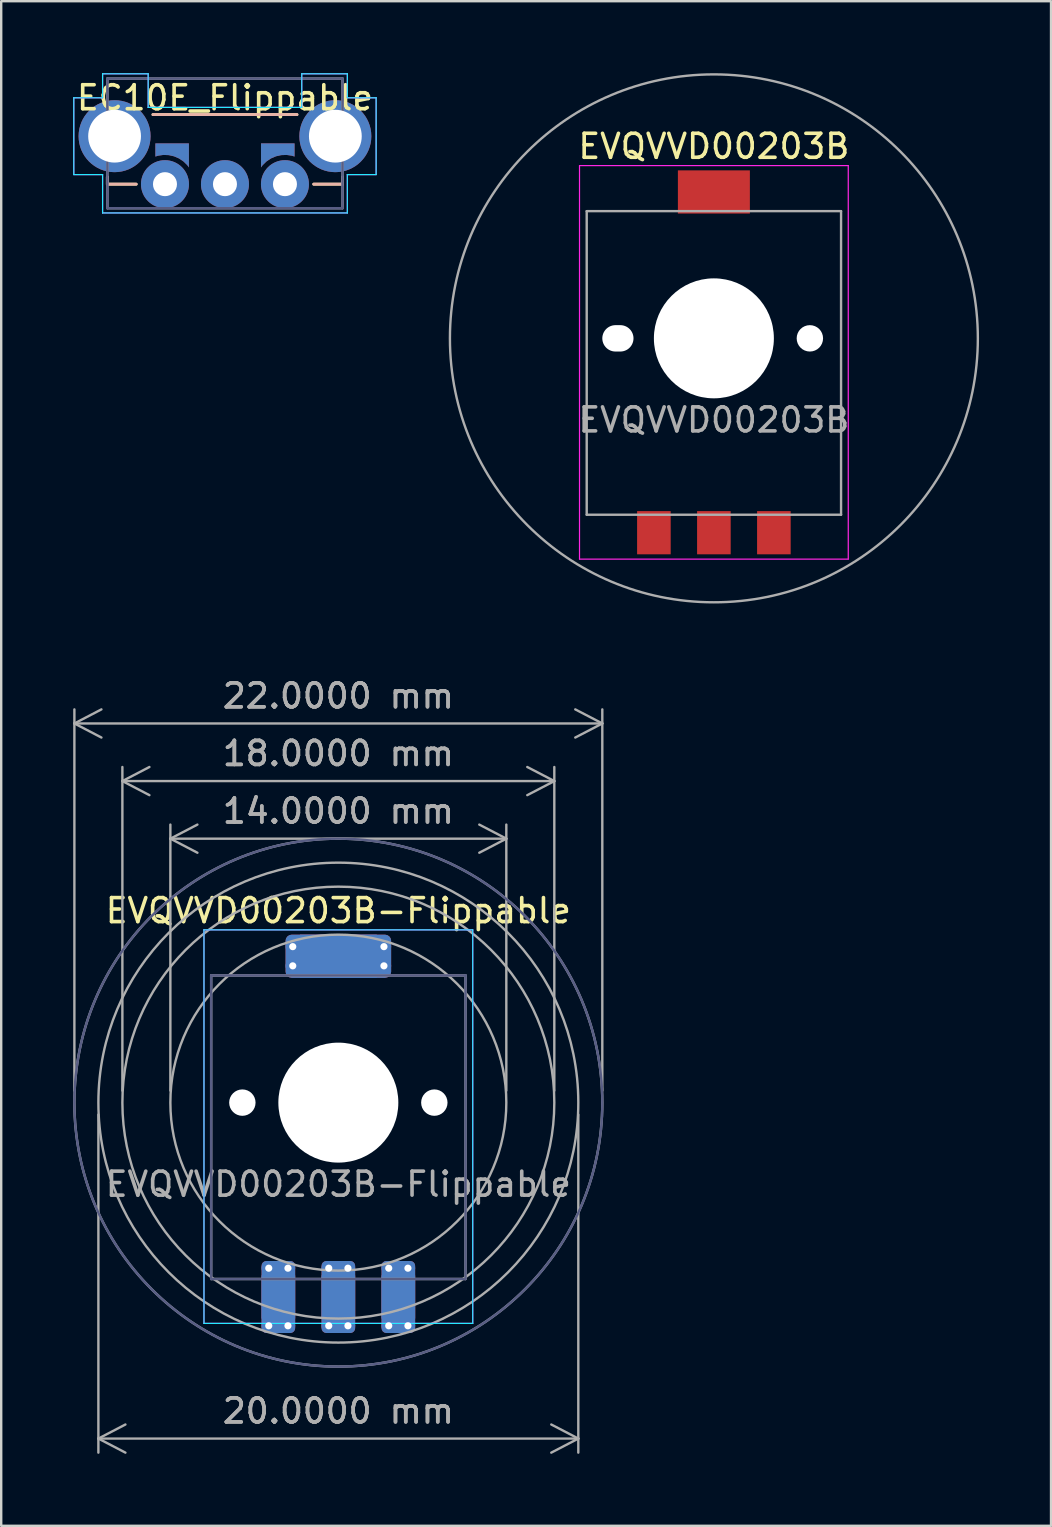
<source format=kicad_pcb>
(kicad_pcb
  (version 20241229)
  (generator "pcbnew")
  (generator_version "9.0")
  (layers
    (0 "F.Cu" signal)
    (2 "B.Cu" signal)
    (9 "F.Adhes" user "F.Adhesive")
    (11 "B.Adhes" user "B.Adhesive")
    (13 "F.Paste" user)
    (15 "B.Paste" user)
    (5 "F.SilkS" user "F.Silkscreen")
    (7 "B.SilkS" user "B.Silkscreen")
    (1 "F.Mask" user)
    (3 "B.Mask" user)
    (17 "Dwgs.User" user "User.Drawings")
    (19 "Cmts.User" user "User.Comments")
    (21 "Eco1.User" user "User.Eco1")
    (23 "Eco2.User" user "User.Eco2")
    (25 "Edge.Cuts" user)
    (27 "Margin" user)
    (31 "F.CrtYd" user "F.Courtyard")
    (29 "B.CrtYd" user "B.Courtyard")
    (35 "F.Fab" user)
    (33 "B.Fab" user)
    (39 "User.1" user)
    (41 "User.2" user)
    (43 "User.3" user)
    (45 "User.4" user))
  (footprint "EVQVVD00203B-Flippable"
    (layer "F.Cu")
    (at 11.05 42.9)
    (property "Reference" "EVQVVD00203B-Flippable" (at 0 -8 0) (layer "F.SilkS") (effects (font (size 1 1) (thickness 0.15))))
    (attr smd)
    (fp_line (start -5.6 -7.2) (end -5.6 9.2) (stroke (width 0.05) (type solid)) (layer "B.CrtYd"))
    (fp_line (start -5.6 -7.2) (end 5.6 -7.2) (stroke (width 0.05) (type solid)) (layer "B.CrtYd"))
    (fp_line (start -5.6 9.2) (end 5.6 9.2) (stroke (width 0.05) (type solid)) (layer "B.CrtYd"))
    (fp_line (start 5.6 -7.2) (end 5.6 9.2) (stroke (width 0.05) (type solid)) (layer "B.CrtYd"))
    (fp_line (start -5.6 -7.2) (end -5.6 9.2) (stroke (width 0.05) (type solid)) (layer "F.CrtYd"))
    (fp_line (start 5.6 -7.2) (end -5.6 -7.2) (stroke (width 0.05) (type solid)) (layer "F.CrtYd"))
    (fp_line (start 5.6 -7.2) (end 5.6 9.2) (stroke (width 0.05) (type solid)) (layer "F.CrtYd"))
    (fp_line (start 5.6 9.2) (end -5.6 9.2) (stroke (width 0.05) (type solid)) (layer "F.CrtYd"))
    (fp_line (start -5.3 -5.3) (end -5.3 7.35) (stroke (width 0.1) (type default)) (layer "B.Fab"))
    (fp_line (start -5.3 -5.3) (end 5.3 -5.3) (stroke (width 0.1) (type default)) (layer "B.Fab"))
    (fp_line (start -5.3 7.35) (end 5.3 7.35) (stroke (width 0.1) (type default)) (layer "B.Fab"))
    (fp_line (start -1.5 0) (end -1.5 1.3) (stroke (width 0.1) (type default)) (layer "B.Fab"))
    (fp_line (start -1.5 1.315) (end -1.5 -1.315) (stroke (width 0.1) (type default)) (layer "B.Fab"))
    (fp_line (start 1.5 1.315) (end 1.5 -1.315) (stroke (width 0.1) (type default)) (layer "B.Fab"))
    (fp_line (start 5.3 -5.3) (end 5.3 7.35) (stroke (width 0.1) (type default)) (layer "B.Fab"))
    (fp_arc (start -1.5 -1.315057) (mid 0 -2) (end 1.5 -1.315057) (stroke (width 0.1) (type default)) (layer "B.Fab"))
    (fp_arc (start 1.5 1.315057) (mid 0 2) (end -1.5 1.315057) (stroke (width 0.1) (type default)) (layer "B.Fab"))
    (fp_circle (center 0 0) (end 0 -11) (stroke (width 0.1) (type default)) (fill no) (layer "B.Fab"))
    (fp_line (start -5.3 -5.3) (end -5.3 7.35) (stroke (width 0.1) (type default)) (layer "F.Fab"))
    (fp_line (start -1.5 1.315) (end -1.5 -1.315) (stroke (width 0.1) (type default)) (layer "F.Fab"))
    (fp_line (start 1.5 0) (end 1.5 1.3) (stroke (width 0.1) (type default)) (layer "F.Fab"))
    (fp_line (start 1.5 1.315) (end 1.5 -1.315) (stroke (width 0.1) (type default)) (layer "F.Fab"))
    (fp_line (start 5.3 -5.3) (end -5.3 -5.3) (stroke (width 0.1) (type default)) (layer "F.Fab"))
    (fp_line (start 5.3 -5.3) (end 5.3 7.35) (stroke (width 0.1) (type default)) (layer "F.Fab"))
    (fp_line (start 5.3 7.35) (end -5.3 7.35) (stroke (width 0.1) (type default)) (layer "F.Fab"))
    (fp_arc (start -1.5 -1.315057) (mid 0 -2) (end 1.5 -1.315057) (stroke (width 0.1) (type default)) (layer "F.Fab"))
    (fp_arc (start 1.5 1.315057) (mid 0 2) (end -1.5 1.315057) (stroke (width 0.1) (type default)) (layer "F.Fab"))
    (fp_circle (center 0 0) (end -9 0) (stroke (width 0.1) (type default)) (fill no) (layer "F.Fab"))
    (fp_circle (center 0 0) (end -7 0) (stroke (width 0.1) (type default)) (fill no) (layer "F.Fab"))
    (fp_circle (center 0 0) (end 0 -11) (stroke (width 0.1) (type default)) (fill no) (layer "F.Fab"))
    (fp_circle (center 0 0) (end 0 -10) (stroke (width 0.1) (type default)) (fill no) (layer "F.Fab"))
    (fp_text user "${REFERENCE}" (at 0 3.4 0) (layer "F.Fab") (effects (font (size 1 1) (thickness 0.15))))
    (dimension (type aligned) (layer "F.Fab") (pts (xy 2.05 42.9) (xy 20.05 42.9)) (height -13.4) (format (prefix "") (suffix "") (units 3) (units_format 1) (precision 4)) (style (thickness 0.1) (arrow_length 1.27) (text_position_mode 0) (arrow_direction outward) (extension_height 0.586) (extension_offset 0.5) (keep_text_aligned yes)) (gr_text "18.0000 mm" (at 11.05 28.35 0) (layer "F.Fab") (effects (font (size 1 1) (thickness 0.15)))))
    (dimension (type aligned) (layer "F.Fab") (pts (xy 21.05 42.9) (xy 1.05 42.9)) (height -14) (format (prefix "") (suffix "") (units 3) (units_format 1) (precision 4)) (style (thickness 0.1) (arrow_length 1.27) (text_position_mode 0) (arrow_direction outward) (extension_height 0.586) (extension_offset 0.5) (keep_text_aligned yes)) (gr_text "20.0000 mm" (at 11.05 55.75 0) (layer "F.Fab") (effects (font (size 1 1) (thickness 0.15)))))
    (dimension (type aligned) (layer "F.Fab") (pts (xy 0.05 42.9) (xy 22.05 42.9)) (height -15.801) (format (prefix "") (suffix "") (units 3) (units_format 1) (precision 4)) (style (thickness 0.1) (arrow_length 1.27) (text_position_mode 0) (arrow_direction outward) (extension_height 0.586) (extension_offset 0.5) (keep_text_aligned yes)) (gr_text "22.0000 mm" (at 11.05 25.948 0) (layer "F.Fab") (effects (font (size 1 1) (thickness 0.15)))))
    (dimension (type aligned) (layer "F.Fab") (pts (xy 4.05 42.9) (xy 18.05 42.9)) (height -11) (format (prefix "") (suffix "") (units 3) (units_format 1) (precision 4)) (style (thickness 0.1) (arrow_length 1.27) (text_position_mode 0) (arrow_direction outward) (extension_height 0.586) (extension_offset 0.5) (keep_text_aligned yes)) (gr_text "14.0000 mm" (at 11.05 30.75 0) (layer "F.Fab") (effects (font (size 1 1) (thickness 0.15)))))
    (pad "" np_thru_hole circle (at -4 0) (size 1.1 1.1) (drill 1.1) (layers "*.Cu" "*.Mask"))
    (pad "" np_thru_hole circle (at 0 0) (size 5 5) (drill 5) (layers "*.Cu" "*.Mask"))
    (pad "" np_thru_hole circle (at 4 0) (size 1.1 1.1) (drill 1.1) (layers "*.Cu" "*.Mask"))
    (pad "A" thru_hole circle (at -2.9 6.9 90) (size 0.6 0.6) (drill 0.3) (layers "*.Cu"))
    (pad "A" thru_hole circle (at -2.9 9.3 90) (size 0.6 0.6) (drill 0.3) (layers "*.Cu"))
    (pad "A" smd rect (at -2.5 8.1) (size 1.4 1.8) (layers "F.Cu" "F.Mask"))
    (pad "A" smd rect (at -2.5 8.1) (size 1.4 1.8) (layers "B.Cu" "B.Mask"))
    (pad "A" smd roundrect (at -2.5 8.1) (size 1.4 3) (layers "F.Cu") (roundrect_rratio 0.143))
    (pad "A" smd roundrect (at -2.5 8.1) (size 1.4 3) (layers "B.Cu") (roundrect_rratio 0.143))
    (pad "A" thru_hole circle (at -2.1 6.9 90) (size 0.6 0.6) (drill 0.3) (layers "*.Cu"))
    (pad "A" thru_hole circle (at -2.1 9.3 90) (size 0.6 0.6) (drill 0.3) (layers "*.Cu"))
    (pad "B" thru_hole circle (at 2.1 6.9 90) (size 0.6 0.6) (drill 0.3) (layers "*.Cu"))
    (pad "B" thru_hole circle (at 2.1 9.3 90) (size 0.6 0.6) (drill 0.3) (layers "*.Cu"))
    (pad "B" smd rect (at 2.5 8.1) (size 1.4 1.8) (layers "F.Cu" "F.Mask"))
    (pad "B" smd rect (at 2.5 8.1) (size 1.4 1.8) (layers "B.Cu" "B.Mask"))
    (pad "B" smd roundrect (at 2.5 8.1) (size 1.4 3) (layers "F.Cu") (roundrect_rratio 0.143))
    (pad "B" smd roundrect (at 2.5 8.1) (size 1.4 3) (layers "B.Cu") (roundrect_rratio 0.143))
    (pad "B" thru_hole circle (at 2.9 6.9 90) (size 0.6 0.6) (drill 0.3) (layers "*.Cu"))
    (pad "B" thru_hole circle (at 2.9 9.3 90) (size 0.6 0.6) (drill 0.3) (layers "*.Cu"))
    (pad "C" thru_hole circle (at -1.9 -6.5 180) (size 0.6 0.6) (drill 0.3) (layers "*.Cu"))
    (pad "C" thru_hole circle (at -1.9 -5.7 180) (size 0.6 0.6) (drill 0.3) (layers "*.Cu"))
    (pad "C" thru_hole circle (at -0.4 6.9 90) (size 0.6 0.6) (drill 0.3) (layers "*.Cu"))
    (pad "C" thru_hole circle (at -0.4 9.3 90) (size 0.6 0.6) (drill 0.3) (layers "*.Cu"))
    (pad "C" smd rect (at 0 -6.1 90) (size 1.8 3.2) (layers "F.Cu" "F.Mask"))
    (pad "C" smd rect (at 0 -6.1 270) (size 1.8 3.2) (layers "B.Cu" "B.Mask"))
    (pad "C" smd roundrect (at 0 -6.1 270) (size 1.8 4.4) (layers "F.Cu") (roundrect_rratio 0.143))
    (pad "C" smd roundrect (at 0 -6.1 90) (size 1.8 4.4) (layers "B.Cu") (roundrect_rratio 0.143))
    (pad "C" smd rect (at 0 8.1) (size 1.4 1.8) (layers "F.Cu" "F.Mask"))
    (pad "C" smd rect (at 0 8.1) (size 1.4 1.8) (layers "B.Cu" "B.Mask"))
    (pad "C" smd roundrect (at 0 8.1) (size 1.4 3) (layers "F.Cu") (roundrect_rratio 0.143))
    (pad "C" smd roundrect (at 0 8.1) (size 1.4 3) (layers "B.Cu") (roundrect_rratio 0.143))
    (pad "C" thru_hole circle (at 0.4 6.9 90) (size 0.6 0.6) (drill 0.3) (layers "*.Cu"))
    (pad "C" thru_hole circle (at 0.4 9.3 90) (size 0.6 0.6) (drill 0.3) (layers "*.Cu"))
    (pad "C" thru_hole circle (at 1.9 -6.5 180) (size 0.6 0.6) (drill 0.3) (layers "*.Cu"))
    (pad "C" thru_hole circle (at 1.9 -5.7 180) (size 0.6 0.6) (drill 0.3) (layers "*.Cu")))
  (footprint "EVQVVD00203B"
    (layer "F.Cu")
    (at 26.7 11.05)
    (property "Reference" "EVQVVD00203B" (at 0 -8 0) (layer "F.SilkS") (effects (font (size 1 1) (thickness 0.15))))
    (attr through_hole)
    (fp_line (start -5.6 -7.2) (end -5.6 9.2) (stroke (width 0.05) (type solid)) (layer "F.CrtYd"))
    (fp_line (start 5.6 -7.2) (end -5.6 -7.2) (stroke (width 0.05) (type solid)) (layer "F.CrtYd"))
    (fp_line (start 5.6 -7.2) (end 5.6 9.2) (stroke (width 0.05) (type solid)) (layer "F.CrtYd"))
    (fp_line (start 5.6 9.2) (end -5.6 9.2) (stroke (width 0.05) (type solid)) (layer "F.CrtYd"))
    (fp_line (start -5.3 -5.3) (end -5.3 7.35) (stroke (width 0.1) (type default)) (layer "F.Fab"))
    (fp_line (start -1.5 1.315) (end -1.5 -1.315) (stroke (width 0.1) (type default)) (layer "F.Fab"))
    (fp_line (start 1.5 0) (end 1.5 1.3) (stroke (width 0.1) (type default)) (layer "F.Fab"))
    (fp_line (start 1.5 1.315) (end 1.5 -1.315) (stroke (width 0.1) (type default)) (layer "F.Fab"))
    (fp_line (start 5.3 -5.3) (end -5.3 -5.3) (stroke (width 0.1) (type default)) (layer "F.Fab"))
    (fp_line (start 5.3 -5.3) (end 5.3 7.35) (stroke (width 0.1) (type default)) (layer "F.Fab"))
    (fp_line (start 5.3 7.35) (end -5.3 7.35) (stroke (width 0.1) (type default)) (layer "F.Fab"))
    (fp_arc (start -1.5 -1.315057) (mid 0 -2) (end 1.5 -1.315057) (stroke (width 0.1) (type default)) (layer "F.Fab"))
    (fp_arc (start 1.5 1.315057) (mid 0 2) (end -1.5 1.315057) (stroke (width 0.1) (type default)) (layer "F.Fab"))
    (fp_circle (center 0 0) (end 0 -11) (stroke (width 0.1) (type default)) (fill no) (layer "F.Fab"))
    (fp_text user "${REFERENCE}" (at 0 3.4 0) (layer "F.Fab") (effects (font (size 1 1) (thickness 0.15))))
    (pad "" np_thru_hole oval (at -4 0) (size 1.3 1.1) (drill oval 1.3 1.1) (layers "*.Cu" "*.Mask"))
    (pad "" np_thru_hole circle (at 0 0) (size 5 5) (drill 5) (layers "*.Cu" "*.Mask"))
    (pad "" np_thru_hole circle (at 4 0) (size 1.1 1.1) (drill 1.1) (layers "*.Cu" "*.Mask"))
    (pad "A" smd rect (at -2.5 8.1) (size 1.4 1.8) (layers "F.Cu" "F.Mask" "F.Paste"))
    (pad "B" smd rect (at 2.5 8.1) (size 1.4 1.8) (layers "F.Cu" "F.Mask" "F.Paste"))
    (pad "C" smd rect (at 0 -6.1 90) (size 1.8 3) (layers "F.Cu" "F.Mask" "F.Paste"))
    (pad "C" smd rect (at 0 8.1) (size 1.4 1.8) (layers "F.Cu" "F.Mask" "F.Paste")))
  (footprint "EC10E_Flippable"
    (layer "F.Cu")
    (at 6.325 4.625)
    (property "Reference" "EC10E_Flippable" (at 0 -3.6 0) (layer "F.SilkS") (effects (font (size 1 1) (thickness 0.15))))
    (fp_line (start -4.9 0) (end -4.9 -0.3) (stroke (width 0.12) (type solid)) (layer "F.SilkS"))
    (fp_line (start -3.7 0) (end -4.9 0) (stroke (width 0.12) (type solid)) (layer "F.SilkS"))
    (fp_line (start -3 -2.9) (end 3 -2.9) (stroke (width 0.12) (type solid)) (layer "F.SilkS"))
    (fp_line (start 4.9 -0.3) (end 4.9 0) (stroke (width 0.12) (type solid)) (layer "F.SilkS"))
    (fp_line (start 4.9 0) (end 3.7 0) (stroke (width 0.12) (type solid)) (layer "F.SilkS"))
    (fp_line (start -4.9 -0.3) (end -4.9 0) (stroke (width 0.12) (type solid)) (layer "B.SilkS"))
    (fp_line (start -4.9 0) (end -3.7 0) (stroke (width 0.12) (type solid)) (layer "B.SilkS"))
    (fp_line (start 3 -2.9) (end -3 -2.9) (stroke (width 0.12) (type solid)) (layer "B.SilkS"))
    (fp_line (start 3.7 0) (end 4.9 0) (stroke (width 0.12) (type solid)) (layer "B.SilkS"))
    (fp_line (start 4.9 0) (end 4.9 -0.3) (stroke (width 0.12) (type solid)) (layer "B.SilkS"))
    (fp_line (start -6.3 -3.6) (end -6.3 -0.4) (stroke (width 0.05) (type default)) (layer "B.CrtYd"))
    (fp_line (start -6.3 -0.4) (end -5.1 -0.4) (stroke (width 0.05) (type default)) (layer "B.CrtYd"))
    (fp_line (start -5.1 -4.6) (end -5.1 -3.6) (stroke (width 0.05) (type default)) (layer "B.CrtYd"))
    (fp_line (start -5.1 -3.6) (end -6.3 -3.6) (stroke (width 0.05) (type default)) (layer "B.CrtYd"))
    (fp_line (start -5.1 -0.4) (end -5.1 1.2) (stroke (width 0.05) (type default)) (layer "B.CrtYd"))
    (fp_line (start -5.1 1.2) (end 5.1 1.2) (stroke (width 0.05) (type solid)) (layer "B.CrtYd"))
    (fp_line (start -3.2 -4.6) (end -5.1 -4.6) (stroke (width 0.05) (type solid)) (layer "B.CrtYd"))
    (fp_line (start -3.2 -3.2) (end -3.2 -4.6) (stroke (width 0.05) (type default)) (layer "B.CrtYd"))
    (fp_line (start -3.2 -3.2) (end 3.2 -3.2) (stroke (width 0.05) (type default)) (layer "B.CrtYd"))
    (fp_line (start 3.2 -3.2) (end 3.2 -4.6) (stroke (width 0.05) (type default)) (layer "B.CrtYd"))
    (fp_line (start 5.1 -4.6) (end 3.2 -4.6) (stroke (width 0.05) (type solid)) (layer "B.CrtYd"))
    (fp_line (start 5.1 -4.6) (end 5.1 -3.6) (stroke (width 0.05) (type default)) (layer "B.CrtYd"))
    (fp_line (start 5.1 -0.4) (end 5.1 1.2) (stroke (width 0.05) (type default)) (layer "B.CrtYd"))
    (fp_line (start 5.1 -0.4) (end 6.3 -0.4) (stroke (width 0.05) (type default)) (layer "B.CrtYd"))
    (fp_line (start 6.3 -3.6) (end 5.1 -3.6) (stroke (width 0.05) (type default)) (layer "B.CrtYd"))
    (fp_line (start 6.3 -3.6) (end 6.3 -0.4) (stroke (width 0.05) (type default)) (layer "B.CrtYd"))
    (fp_line (start -6.3 -3.6) (end -6.3 -0.4) (stroke (width 0.05) (type default)) (layer "F.CrtYd"))
    (fp_line (start -6.3 -3.6) (end -5.1 -3.6) (stroke (width 0.05) (type default)) (layer "F.CrtYd"))
    (fp_line (start -5.1 -4.6) (end -5.1 -3.6) (stroke (width 0.05) (type default)) (layer "F.CrtYd"))
    (fp_line (start -5.1 -4.6) (end -3.2 -4.6) (stroke (width 0.05) (type solid)) (layer "F.CrtYd"))
    (fp_line (start -5.1 -0.4) (end -6.3 -0.4) (stroke (width 0.05) (type default)) (layer "F.CrtYd"))
    (fp_line (start -5.1 -0.4) (end -5.1 1.2) (stroke (width 0.05) (type default)) (layer "F.CrtYd"))
    (fp_line (start -3.2 -3.2) (end -3.2 -4.6) (stroke (width 0.05) (type default)) (layer "F.CrtYd"))
    (fp_line (start 3.2 -4.6) (end 5.1 -4.6) (stroke (width 0.05) (type solid)) (layer "F.CrtYd"))
    (fp_line (start 3.2 -3.2) (end -3.2 -3.2) (stroke (width 0.05) (type default)) (layer "F.CrtYd"))
    (fp_line (start 3.2 -3.2) (end 3.2 -4.6) (stroke (width 0.05) (type default)) (layer "F.CrtYd"))
    (fp_line (start 5.1 -4.6) (end 5.1 -3.6) (stroke (width 0.05) (type default)) (layer "F.CrtYd"))
    (fp_line (start 5.1 -3.6) (end 6.3 -3.6) (stroke (width 0.05) (type default)) (layer "F.CrtYd"))
    (fp_line (start 5.1 -0.4) (end 5.1 1.2) (stroke (width 0.05) (type default)) (layer "F.CrtYd"))
    (fp_line (start 5.1 1.2) (end -5.1 1.2) (stroke (width 0.05) (type solid)) (layer "F.CrtYd"))
    (fp_line (start 6.3 -3.6) (end 6.3 -0.4) (stroke (width 0.05) (type default)) (layer "F.CrtYd"))
    (fp_line (start 6.3 -0.4) (end 5.1 -0.4) (stroke (width 0.05) (type default)) (layer "F.CrtYd"))
    (fp_line (start -4.9 -4.4) (end 4.9 -4.4) (stroke (width 0.1) (type solid)) (layer "B.Fab"))
    (fp_line (start -4.9 1) (end -4.9 -4.4) (stroke (width 0.1) (type solid)) (layer "B.Fab"))
    (fp_line (start 4.9 -4.4) (end 4.9 1) (stroke (width 0.1) (type solid)) (layer "B.Fab"))
    (fp_line (start 4.9 1) (end -4.9 1) (stroke (width 0.1) (type solid)) (layer "B.Fab"))
    (fp_line (start -4.9 -4.4) (end -4.9 1) (stroke (width 0.1) (type solid)) (layer "F.Fab"))
    (fp_line (start -4.9 1) (end 4.9 1) (stroke (width 0.1) (type solid)) (layer "F.Fab"))
    (fp_line (start 4.9 -4.4) (end -4.9 -4.4) (stroke (width 0.1) (type solid)) (layer "F.Fab"))
    (fp_line (start 4.9 1) (end 4.9 -4.4) (stroke (width 0.1) (type solid)) (layer "F.Fab"))
    (pad "" thru_hole circle (at -2.5 0) (size 2 2) (drill 1) (layers "*.Cu" "*.Mask"))
    (pad "" thru_hole circle (at 2.5 0) (size 2 2) (drill 1) (layers "*.Cu" "*.Mask"))
    (pad "A" smd custom (at -2.5 -1.4) (size 0.1 0.1) (layers "B.Cu" "B.Mask") (options (anchor rect)) (primitives (gr_poly (pts (xy 0.997 0.202) (xy 0.931 0.611) (xy 0.77 0.453) (xy 0.583 0.328) (xy 0.375 0.239) (xy 0.155 0.19) (xy -0.07 0.182) (xy -0.293 0.215) (xy -0.4 0.25) (xy -0.4 -0.3) (xy 0.997 -0.3) (xy 0.997 0.702) (xy 0.931 0.611) (xy 0.77 0.453) (xy 0.583 0.328) (xy 0.375 0.239) (xy 0.155 0.19) (xy -0.07 0.182) (xy -0.293 0.215) (xy -0.4 -0.25)) (width 0) (fill yes))))
    (pad "A" smd custom (at 2.5 -1.4) (size 0.1 0.1) (layers "F.Cu" "F.Mask") (options (anchor rect)) (primitives (gr_poly (pts (xy -0.997 0.202) (xy -0.931 0.611) (xy -0.77 0.453) (xy -0.583 0.328) (xy -0.375 0.239) (xy -0.155 0.19) (xy 0.07 0.182) (xy 0.293 0.215) (xy 0.4 0.25) (xy 0.4 -0.3) (xy -0.997 -0.3) (xy -0.997 0.702) (xy -0.931 0.611) (xy -0.77 0.453) (xy -0.583 0.328) (xy -0.375 0.239) (xy -0.155 0.19) (xy 0.07 0.182) (xy 0.293 0.215) (xy 0.4 -0.25)) (width 0) (fill yes))))
    (pad "B" thru_hole circle (at 0 0) (size 2 2) (drill 1) (layers "*.Cu" "*.Mask"))
    (pad "C" smd custom (at -2.5 -1.4) (size 0.1 0.1) (layers "F.Cu" "F.Mask") (options (anchor rect)) (primitives (gr_poly (pts (xy 0.997 0.202) (xy 0.931 0.611) (xy 0.77 0.453) (xy 0.583 0.328) (xy 0.375 0.239) (xy 0.155 0.19) (xy -0.07 0.182) (xy -0.293 0.215) (xy -0.4 0.25) (xy -0.4 -0.3) (xy 0.997 -0.3) (xy 0.997 0.702) (xy 0.931 0.611) (xy 0.77 0.453) (xy 0.583 0.328) (xy 0.375 0.239) (xy 0.155 0.19) (xy -0.07 0.182) (xy -0.293 0.215) (xy -0.4 -0.25)) (width 0) (fill yes))))
    (pad "C" smd custom (at 2.5 -1.4) (size 0.1 0.1) (layers "B.Cu" "B.Mask") (options (anchor rect)) (primitives (gr_poly (pts (xy -0.997 0.202) (xy -0.931 0.611) (xy -0.77 0.453) (xy -0.583 0.328) (xy -0.375 0.239) (xy -0.155 0.19) (xy 0.07 0.182) (xy 0.293 0.215) (xy 0.4 0.25) (xy 0.4 -0.3) (xy -0.997 -0.3) (xy -0.997 0.702) (xy -0.931 0.611) (xy -0.77 0.453) (xy -0.583 0.328) (xy -0.375 0.239) (xy -0.155 0.19) (xy 0.07 0.182) (xy 0.293 0.215) (xy 0.4 -0.25)) (width 0) (fill yes))))
    (pad "MP" thru_hole circle (at -4.6 -2 90) (size 3 3) (drill oval 2.2) (layers "*.Cu" "*.Mask"))
    (pad "MP" thru_hole circle (at 4.6 -2 90) (size 3 3) (drill 2.2) (layers "*.Cu" "*.Mask")))
  (gr_rect
    (start -3 -3)
    (end 40.75 60.536)
    (stroke (width 0.1) (type default))
    (fill no)
    (layer "Edge.Cuts")))
</source>
